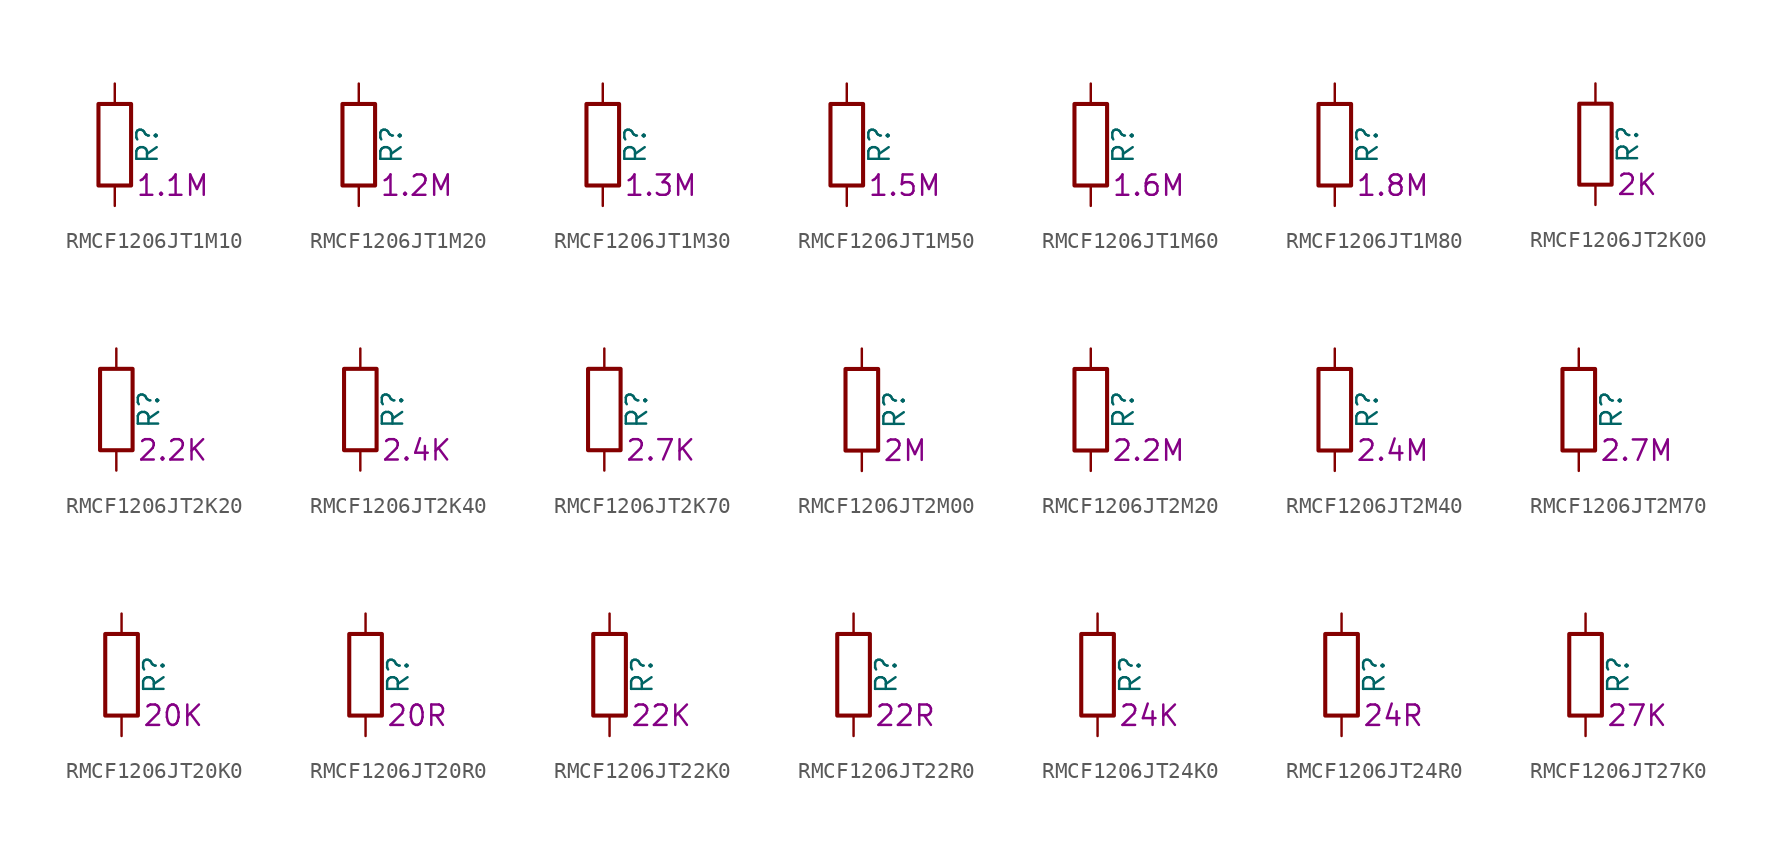
<source format=kicad_sym>
(kicad_symbol_lib
  (version 20220914)
  (generator kicad_symbol_editor)
  (symbol "RMCF1206JT1M10"
    (pin_numbers hide)
    (pin_names
      (offset 0))
    (property "Reference" "R"
      (at 2.032 0 90)
      (effects (font (size 1.27 1.27))))
    (property "Resistance" "1.1M"
      (at 1.27 -2.54 0)
      (effects (font (size 1.27 1.27)) (justify left)))
    (symbol "RMCF1206JT1M10_0_1"
      (rectangle (start -1.016 -2.54) (end 1.016 2.54) (stroke (width 0.254) (type default)) (fill (type none))))
    (symbol "RMCF1206JT1M10_1_1"
      (pin passive line (at 0 3.81 270) (length 1.27) (name "~" (effects (font (size 1.27 1.27)))) (number "1" (effects (font (size 1.27 1.27)))))
      (pin passive line (at 0 -3.81 90) (length 1.27) (name "~" (effects (font (size 1.27 1.27)))) (number "2" (effects (font (size 1.27 1.27)))))))
  (symbol "RMCF1206JT1M20"
    (pin_numbers hide)
    (pin_names
      (offset 0))
    (property "Reference" "R"
      (at 2.032 0 90)
      (effects (font (size 1.27 1.27))))
    (property "Resistance" "1.2M"
      (at 1.27 -2.54 0)
      (effects (font (size 1.27 1.27)) (justify left)))
    (symbol "RMCF1206JT1M20_0_1"
      (rectangle (start -1.016 -2.54) (end 1.016 2.54) (stroke (width 0.254) (type default)) (fill (type none))))
    (symbol "RMCF1206JT1M20_1_1"
      (pin passive line (at 0 3.81 270) (length 1.27) (name "~" (effects (font (size 1.27 1.27)))) (number "1" (effects (font (size 1.27 1.27)))))
      (pin passive line (at 0 -3.81 90) (length 1.27) (name "~" (effects (font (size 1.27 1.27)))) (number "2" (effects (font (size 1.27 1.27)))))))
  (symbol "RMCF1206JT1M30"
    (pin_numbers hide)
    (pin_names
      (offset 0))
    (property "Reference" "R"
      (at 2.032 0 90)
      (effects (font (size 1.27 1.27))))
    (property "Resistance" "1.3M"
      (at 1.27 -2.54 0)
      (effects (font (size 1.27 1.27)) (justify left)))
    (symbol "RMCF1206JT1M30_0_1"
      (rectangle (start -1.016 -2.54) (end 1.016 2.54) (stroke (width 0.254) (type default)) (fill (type none))))
    (symbol "RMCF1206JT1M30_1_1"
      (pin passive line (at 0 3.81 270) (length 1.27) (name "~" (effects (font (size 1.27 1.27)))) (number "1" (effects (font (size 1.27 1.27)))))
      (pin passive line (at 0 -3.81 90) (length 1.27) (name "~" (effects (font (size 1.27 1.27)))) (number "2" (effects (font (size 1.27 1.27)))))))
  (symbol "RMCF1206JT1M50"
    (pin_numbers hide)
    (pin_names
      (offset 0))
    (property "Reference" "R"
      (at 2.032 0 90)
      (effects (font (size 1.27 1.27))))
    (property "Resistance" "1.5M"
      (at 1.27 -2.54 0)
      (effects (font (size 1.27 1.27)) (justify left)))
    (symbol "RMCF1206JT1M50_0_1"
      (rectangle (start -1.016 -2.54) (end 1.016 2.54) (stroke (width 0.254) (type default)) (fill (type none))))
    (symbol "RMCF1206JT1M50_1_1"
      (pin passive line (at 0 3.81 270) (length 1.27) (name "~" (effects (font (size 1.27 1.27)))) (number "1" (effects (font (size 1.27 1.27)))))
      (pin passive line (at 0 -3.81 90) (length 1.27) (name "~" (effects (font (size 1.27 1.27)))) (number "2" (effects (font (size 1.27 1.27)))))))
  (symbol "RMCF1206JT1M60"
    (pin_numbers hide)
    (pin_names
      (offset 0))
    (property "Reference" "R"
      (at 2.032 0 90)
      (effects (font (size 1.27 1.27))))
    (property "Resistance" "1.6M"
      (at 1.27 -2.54 0)
      (effects (font (size 1.27 1.27)) (justify left)))
    (symbol "RMCF1206JT1M60_0_1"
      (rectangle (start -1.016 -2.54) (end 1.016 2.54) (stroke (width 0.254) (type default)) (fill (type none))))
    (symbol "RMCF1206JT1M60_1_1"
      (pin passive line (at 0 3.81 270) (length 1.27) (name "~" (effects (font (size 1.27 1.27)))) (number "1" (effects (font (size 1.27 1.27)))))
      (pin passive line (at 0 -3.81 90) (length 1.27) (name "~" (effects (font (size 1.27 1.27)))) (number "2" (effects (font (size 1.27 1.27)))))))
  (symbol "RMCF1206JT1M80"
    (pin_numbers hide)
    (pin_names
      (offset 0))
    (property "Reference" "R"
      (at 2.032 0 90)
      (effects (font (size 1.27 1.27))))
    (property "Resistance" "1.8M"
      (at 1.27 -2.54 0)
      (effects (font (size 1.27 1.27)) (justify left)))
    (symbol "RMCF1206JT1M80_0_1"
      (rectangle (start -1.016 -2.54) (end 1.016 2.54) (stroke (width 0.254) (type default)) (fill (type none))))
    (symbol "RMCF1206JT1M80_1_1"
      (pin passive line (at 0 3.81 270) (length 1.27) (name "~" (effects (font (size 1.27 1.27)))) (number "1" (effects (font (size 1.27 1.27)))))
      (pin passive line (at 0 -3.81 90) (length 1.27) (name "~" (effects (font (size 1.27 1.27)))) (number "2" (effects (font (size 1.27 1.27)))))))
  (symbol "RMCF1206JT2K00"
    (pin_numbers hide)
    (pin_names
      (offset 0))
    (property "Reference" "R"
      (at 2.032 0 90)
      (effects (font (size 1.27 1.27))))
    (property "Resistance" "2K"
      (at 1.27 -2.54 0)
      (effects (font (size 1.27 1.27)) (justify left)))
    (symbol "RMCF1206JT2K00_0_1"
      (rectangle (start -1.016 -2.54) (end 1.016 2.54) (stroke (width 0.254) (type default)) (fill (type none))))
    (symbol "RMCF1206JT2K00_1_1"
      (pin passive line (at 0 3.81 270) (length 1.27) (name "~" (effects (font (size 1.27 1.27)))) (number "1" (effects (font (size 1.27 1.27)))))
      (pin passive line (at 0 -3.81 90) (length 1.27) (name "~" (effects (font (size 1.27 1.27)))) (number "2" (effects (font (size 1.27 1.27)))))))
  (symbol "RMCF1206JT2K20"
    (pin_numbers hide)
    (pin_names
      (offset 0))
    (property "Reference" "R"
      (at 2.032 0 90)
      (effects (font (size 1.27 1.27))))
    (property "Resistance" "2.2K"
      (at 1.27 -2.54 0)
      (effects (font (size 1.27 1.27)) (justify left)))
    (symbol "RMCF1206JT2K20_0_1"
      (rectangle (start -1.016 -2.54) (end 1.016 2.54) (stroke (width 0.254) (type default)) (fill (type none))))
    (symbol "RMCF1206JT2K20_1_1"
      (pin passive line (at 0 3.81 270) (length 1.27) (name "~" (effects (font (size 1.27 1.27)))) (number "1" (effects (font (size 1.27 1.27)))))
      (pin passive line (at 0 -3.81 90) (length 1.27) (name "~" (effects (font (size 1.27 1.27)))) (number "2" (effects (font (size 1.27 1.27)))))))
  (symbol "RMCF1206JT2K40"
    (pin_numbers hide)
    (pin_names
      (offset 0))
    (property "Reference" "R"
      (at 2.032 0 90)
      (effects (font (size 1.27 1.27))))
    (property "Resistance" "2.4K"
      (at 1.27 -2.54 0)
      (effects (font (size 1.27 1.27)) (justify left)))
    (symbol "RMCF1206JT2K40_0_1"
      (rectangle (start -1.016 -2.54) (end 1.016 2.54) (stroke (width 0.254) (type default)) (fill (type none))))
    (symbol "RMCF1206JT2K40_1_1"
      (pin passive line (at 0 3.81 270) (length 1.27) (name "~" (effects (font (size 1.27 1.27)))) (number "1" (effects (font (size 1.27 1.27)))))
      (pin passive line (at 0 -3.81 90) (length 1.27) (name "~" (effects (font (size 1.27 1.27)))) (number "2" (effects (font (size 1.27 1.27)))))))
  (symbol "RMCF1206JT2K70"
    (pin_numbers hide)
    (pin_names
      (offset 0))
    (property "Reference" "R"
      (at 2.032 0 90)
      (effects (font (size 1.27 1.27))))
    (property "Resistance" "2.7K"
      (at 1.27 -2.54 0)
      (effects (font (size 1.27 1.27)) (justify left)))
    (symbol "RMCF1206JT2K70_0_1"
      (rectangle (start -1.016 -2.54) (end 1.016 2.54) (stroke (width 0.254) (type default)) (fill (type none))))
    (symbol "RMCF1206JT2K70_1_1"
      (pin passive line (at 0 3.81 270) (length 1.27) (name "~" (effects (font (size 1.27 1.27)))) (number "1" (effects (font (size 1.27 1.27)))))
      (pin passive line (at 0 -3.81 90) (length 1.27) (name "~" (effects (font (size 1.27 1.27)))) (number "2" (effects (font (size 1.27 1.27)))))))
  (symbol "RMCF1206JT2M00"
    (pin_numbers hide)
    (pin_names
      (offset 0))
    (property "Reference" "R"
      (at 2.032 0 90)
      (effects (font (size 1.27 1.27))))
    (property "Resistance" "2M"
      (at 1.27 -2.54 0)
      (effects (font (size 1.27 1.27)) (justify left)))
    (symbol "RMCF1206JT2M00_0_1"
      (rectangle (start -1.016 -2.54) (end 1.016 2.54) (stroke (width 0.254) (type default)) (fill (type none))))
    (symbol "RMCF1206JT2M00_1_1"
      (pin passive line (at 0 3.81 270) (length 1.27) (name "~" (effects (font (size 1.27 1.27)))) (number "1" (effects (font (size 1.27 1.27)))))
      (pin passive line (at 0 -3.81 90) (length 1.27) (name "~" (effects (font (size 1.27 1.27)))) (number "2" (effects (font (size 1.27 1.27)))))))
  (symbol "RMCF1206JT2M20"
    (pin_numbers hide)
    (pin_names
      (offset 0))
    (property "Reference" "R"
      (at 2.032 0 90)
      (effects (font (size 1.27 1.27))))
    (property "Resistance" "2.2M"
      (at 1.27 -2.54 0)
      (effects (font (size 1.27 1.27)) (justify left)))
    (symbol "RMCF1206JT2M20_0_1"
      (rectangle (start -1.016 -2.54) (end 1.016 2.54) (stroke (width 0.254) (type default)) (fill (type none))))
    (symbol "RMCF1206JT2M20_1_1"
      (pin passive line (at 0 3.81 270) (length 1.27) (name "~" (effects (font (size 1.27 1.27)))) (number "1" (effects (font (size 1.27 1.27)))))
      (pin passive line (at 0 -3.81 90) (length 1.27) (name "~" (effects (font (size 1.27 1.27)))) (number "2" (effects (font (size 1.27 1.27)))))))
  (symbol "RMCF1206JT2M40"
    (pin_numbers hide)
    (pin_names
      (offset 0))
    (property "Reference" "R"
      (at 2.032 0 90)
      (effects (font (size 1.27 1.27))))
    (property "Resistance" "2.4M"
      (at 1.27 -2.54 0)
      (effects (font (size 1.27 1.27)) (justify left)))
    (symbol "RMCF1206JT2M40_0_1"
      (rectangle (start -1.016 -2.54) (end 1.016 2.54) (stroke (width 0.254) (type default)) (fill (type none))))
    (symbol "RMCF1206JT2M40_1_1"
      (pin passive line (at 0 3.81 270) (length 1.27) (name "~" (effects (font (size 1.27 1.27)))) (number "1" (effects (font (size 1.27 1.27)))))
      (pin passive line (at 0 -3.81 90) (length 1.27) (name "~" (effects (font (size 1.27 1.27)))) (number "2" (effects (font (size 1.27 1.27)))))))
  (symbol "RMCF1206JT2M70"
    (pin_numbers hide)
    (pin_names
      (offset 0))
    (property "Reference" "R"
      (at 2.032 0 90)
      (effects (font (size 1.27 1.27))))
    (property "Resistance" "2.7M"
      (at 1.27 -2.54 0)
      (effects (font (size 1.27 1.27)) (justify left)))
    (symbol "RMCF1206JT2M70_0_1"
      (rectangle (start -1.016 -2.54) (end 1.016 2.54) (stroke (width 0.254) (type default)) (fill (type none))))
    (symbol "RMCF1206JT2M70_1_1"
      (pin passive line (at 0 3.81 270) (length 1.27) (name "~" (effects (font (size 1.27 1.27)))) (number "1" (effects (font (size 1.27 1.27)))))
      (pin passive line (at 0 -3.81 90) (length 1.27) (name "~" (effects (font (size 1.27 1.27)))) (number "2" (effects (font (size 1.27 1.27)))))))
  (symbol "RMCF1206JT20K0"
    (pin_numbers hide)
    (pin_names
      (offset 0))
    (property "Reference" "R"
      (at 2.032 0 90)
      (effects (font (size 1.27 1.27))))
    (property "Resistance" "20K"
      (at 1.27 -2.54 0)
      (effects (font (size 1.27 1.27)) (justify left)))
    (symbol "RMCF1206JT20K0_0_1"
      (rectangle (start -1.016 -2.54) (end 1.016 2.54) (stroke (width 0.254) (type default)) (fill (type none))))
    (symbol "RMCF1206JT20K0_1_1"
      (pin passive line (at 0 3.81 270) (length 1.27) (name "~" (effects (font (size 1.27 1.27)))) (number "1" (effects (font (size 1.27 1.27)))))
      (pin passive line (at 0 -3.81 90) (length 1.27) (name "~" (effects (font (size 1.27 1.27)))) (number "2" (effects (font (size 1.27 1.27)))))))
  (symbol "RMCF1206JT20R0"
    (pin_numbers hide)
    (pin_names
      (offset 0))
    (property "Reference" "R"
      (at 2.032 0 90)
      (effects (font (size 1.27 1.27))))
    (property "Resistance" "20R"
      (at 1.27 -2.54 0)
      (effects (font (size 1.27 1.27)) (justify left)))
    (symbol "RMCF1206JT20R0_0_1"
      (rectangle (start -1.016 -2.54) (end 1.016 2.54) (stroke (width 0.254) (type default)) (fill (type none))))
    (symbol "RMCF1206JT20R0_1_1"
      (pin passive line (at 0 3.81 270) (length 1.27) (name "~" (effects (font (size 1.27 1.27)))) (number "1" (effects (font (size 1.27 1.27)))))
      (pin passive line (at 0 -3.81 90) (length 1.27) (name "~" (effects (font (size 1.27 1.27)))) (number "2" (effects (font (size 1.27 1.27)))))))
  (symbol "RMCF1206JT22K0"
    (pin_numbers hide)
    (pin_names
      (offset 0))
    (property "Reference" "R"
      (at 2.032 0 90)
      (effects (font (size 1.27 1.27))))
    (property "Resistance" "22K"
      (at 1.27 -2.54 0)
      (effects (font (size 1.27 1.27)) (justify left)))
    (symbol "RMCF1206JT22K0_0_1"
      (rectangle (start -1.016 -2.54) (end 1.016 2.54) (stroke (width 0.254) (type default)) (fill (type none))))
    (symbol "RMCF1206JT22K0_1_1"
      (pin passive line (at 0 3.81 270) (length 1.27) (name "~" (effects (font (size 1.27 1.27)))) (number "1" (effects (font (size 1.27 1.27)))))
      (pin passive line (at 0 -3.81 90) (length 1.27) (name "~" (effects (font (size 1.27 1.27)))) (number "2" (effects (font (size 1.27 1.27)))))))
  (symbol "RMCF1206JT22R0"
    (pin_numbers hide)
    (pin_names
      (offset 0))
    (property "Reference" "R"
      (at 2.032 0 90)
      (effects (font (size 1.27 1.27))))
    (property "Resistance" "22R"
      (at 1.27 -2.54 0)
      (effects (font (size 1.27 1.27)) (justify left)))
    (symbol "RMCF1206JT22R0_0_1"
      (rectangle (start -1.016 -2.54) (end 1.016 2.54) (stroke (width 0.254) (type default)) (fill (type none))))
    (symbol "RMCF1206JT22R0_1_1"
      (pin passive line (at 0 3.81 270) (length 1.27) (name "~" (effects (font (size 1.27 1.27)))) (number "1" (effects (font (size 1.27 1.27)))))
      (pin passive line (at 0 -3.81 90) (length 1.27) (name "~" (effects (font (size 1.27 1.27)))) (number "2" (effects (font (size 1.27 1.27)))))))
  (symbol "RMCF1206JT24K0"
    (pin_numbers hide)
    (pin_names
      (offset 0))
    (property "Reference" "R"
      (at 2.032 0 90)
      (effects (font (size 1.27 1.27))))
    (property "Resistance" "24K"
      (at 1.27 -2.54 0)
      (effects (font (size 1.27 1.27)) (justify left)))
    (symbol "RMCF1206JT24K0_0_1"
      (rectangle (start -1.016 -2.54) (end 1.016 2.54) (stroke (width 0.254) (type default)) (fill (type none))))
    (symbol "RMCF1206JT24K0_1_1"
      (pin passive line (at 0 3.81 270) (length 1.27) (name "~" (effects (font (size 1.27 1.27)))) (number "1" (effects (font (size 1.27 1.27)))))
      (pin passive line (at 0 -3.81 90) (length 1.27) (name "~" (effects (font (size 1.27 1.27)))) (number "2" (effects (font (size 1.27 1.27)))))))
  (symbol "RMCF1206JT24R0"
    (pin_numbers hide)
    (pin_names
      (offset 0))
    (property "Reference" "R"
      (at 2.032 0 90)
      (effects (font (size 1.27 1.27))))
    (property "Resistance" "24R"
      (at 1.27 -2.54 0)
      (effects (font (size 1.27 1.27)) (justify left)))
    (symbol "RMCF1206JT24R0_0_1"
      (rectangle (start -1.016 -2.54) (end 1.016 2.54) (stroke (width 0.254) (type default)) (fill (type none))))
    (symbol "RMCF1206JT24R0_1_1"
      (pin passive line (at 0 3.81 270) (length 1.27) (name "~" (effects (font (size 1.27 1.27)))) (number "1" (effects (font (size 1.27 1.27)))))
      (pin passive line (at 0 -3.81 90) (length 1.27) (name "~" (effects (font (size 1.27 1.27)))) (number "2" (effects (font (size 1.27 1.27)))))))
  (symbol "RMCF1206JT27K0"
    (pin_numbers hide)
    (pin_names
      (offset 0))
    (property "Reference" "R"
      (at 2.032 0 90)
      (effects (font (size 1.27 1.27))))
    (property "Resistance" "27K"
      (at 1.27 -2.54 0)
      (effects (font (size 1.27 1.27)) (justify left)))
    (symbol "RMCF1206JT27K0_0_1"
      (rectangle (start -1.016 -2.54) (end 1.016 2.54) (stroke (width 0.254) (type default)) (fill (type none))))
    (symbol "RMCF1206JT27K0_1_1"
      (pin passive line (at 0 3.81 270) (length 1.27) (name "~" (effects (font (size 1.27 1.27)))) (number "1" (effects (font (size 1.27 1.27)))))
      (pin passive line (at 0 -3.81 90) (length 1.27) (name "~" (effects (font (size 1.27 1.27)))) (number "2" (effects (font (size 1.27 1.27))))))))
</source>
